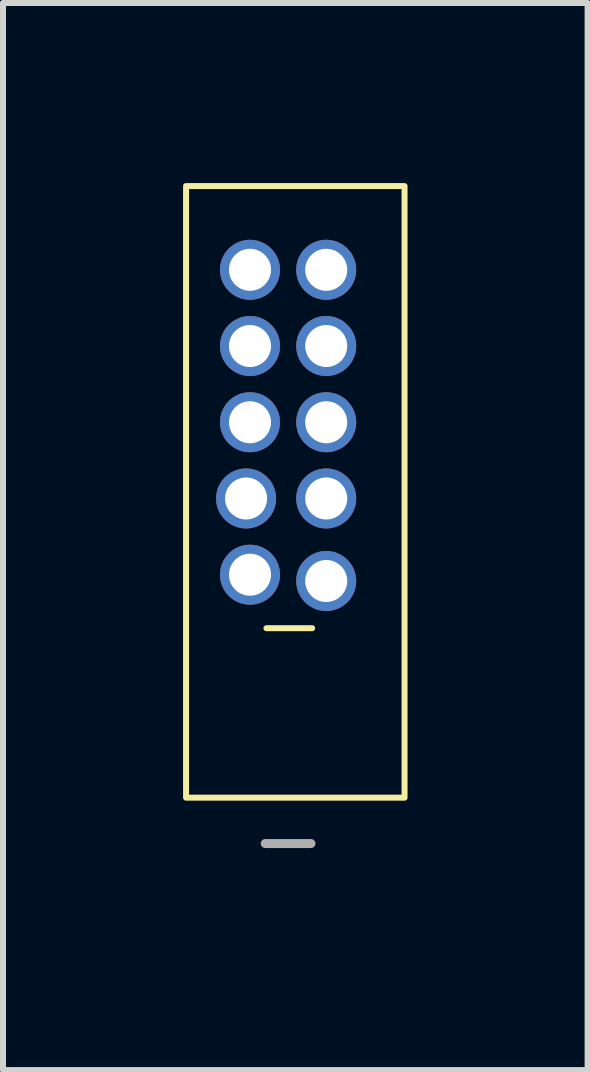
<source format=kicad_pcb>
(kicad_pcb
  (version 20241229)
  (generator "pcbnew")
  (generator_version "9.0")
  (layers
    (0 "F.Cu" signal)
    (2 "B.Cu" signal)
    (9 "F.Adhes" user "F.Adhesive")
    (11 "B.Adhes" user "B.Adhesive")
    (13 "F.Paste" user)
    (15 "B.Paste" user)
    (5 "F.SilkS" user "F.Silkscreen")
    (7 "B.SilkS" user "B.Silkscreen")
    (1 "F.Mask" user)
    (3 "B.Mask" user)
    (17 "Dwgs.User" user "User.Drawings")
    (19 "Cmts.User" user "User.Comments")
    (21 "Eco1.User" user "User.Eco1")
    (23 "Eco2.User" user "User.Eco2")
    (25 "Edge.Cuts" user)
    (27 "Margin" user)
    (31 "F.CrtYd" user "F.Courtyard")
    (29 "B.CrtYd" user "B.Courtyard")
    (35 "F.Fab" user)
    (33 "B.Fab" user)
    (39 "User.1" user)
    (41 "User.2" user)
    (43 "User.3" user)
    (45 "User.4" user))
  (footprint "-"
    (layer "F.Cu")
    (at 1.75 3.35)
    (property "Reference" "-" (at 0.02 3.99 0) (unlocked yes) (layer "F.SilkS") (effects (font (size 1 1) (thickness 0.1))))
    (attr smd)
    (fp_rect (start -1.7 -3.3) (end 1.94 6.89) (stroke (width 0.1) (type default)) (fill no) (layer "F.SilkS"))
    (fp_text user "${REFERENCE}" (at 0 7.58 0) (unlocked yes) (layer "F.Fab") (effects (font (size 1 1) (thickness 0.15))))
    (pad "1" thru_hole circle (at -0.635 -1.905) (size 1 1) (drill 0.7) (layers "*.Cu" "*.Mask"))
    (pad "2" thru_hole circle (at 0.635 -1.905) (size 1 1) (drill 0.7) (layers "*.Cu" "*.Mask"))
    (pad "3" thru_hole circle (at -0.635 -0.635) (size 1 1) (drill 0.7) (layers "*.Cu" "*.Mask"))
    (pad "4" thru_hole circle (at 0.635 -0.635) (size 1 1) (drill 0.7) (layers "*.Cu" "*.Mask"))
    (pad "5" thru_hole circle (at -0.635 0.635) (size 1 1) (drill 0.7) (layers "*.Cu" "*.Mask"))
    (pad "6" thru_hole circle (at 0.635 0.635) (size 1 1) (drill 0.7) (layers "*.Cu" "*.Mask"))
    (pad "7" thru_hole circle (at -0.7 1.905) (size 1 1) (drill 0.7) (layers "*.Cu" "*.Mask"))
    (pad "8" thru_hole circle (at 0.635 1.905) (size 1 1) (drill 0.7) (layers "*.Cu" "*.Mask"))
    (pad "9" thru_hole circle (at -0.635 3.175) (size 1 1) (drill 0.7) (layers "*.Cu" "*.Mask"))
    (pad "10" thru_hole circle (at 0.635 3.28) (size 1 1) (drill 0.7) (layers "*.Cu" "*.Mask")))
  (gr_rect
    (start -3 -3)
    (end 6.74 14.778)
    (stroke (width 0.1) (type default))
    (fill no)
    (layer "Edge.Cuts")))
</source>
